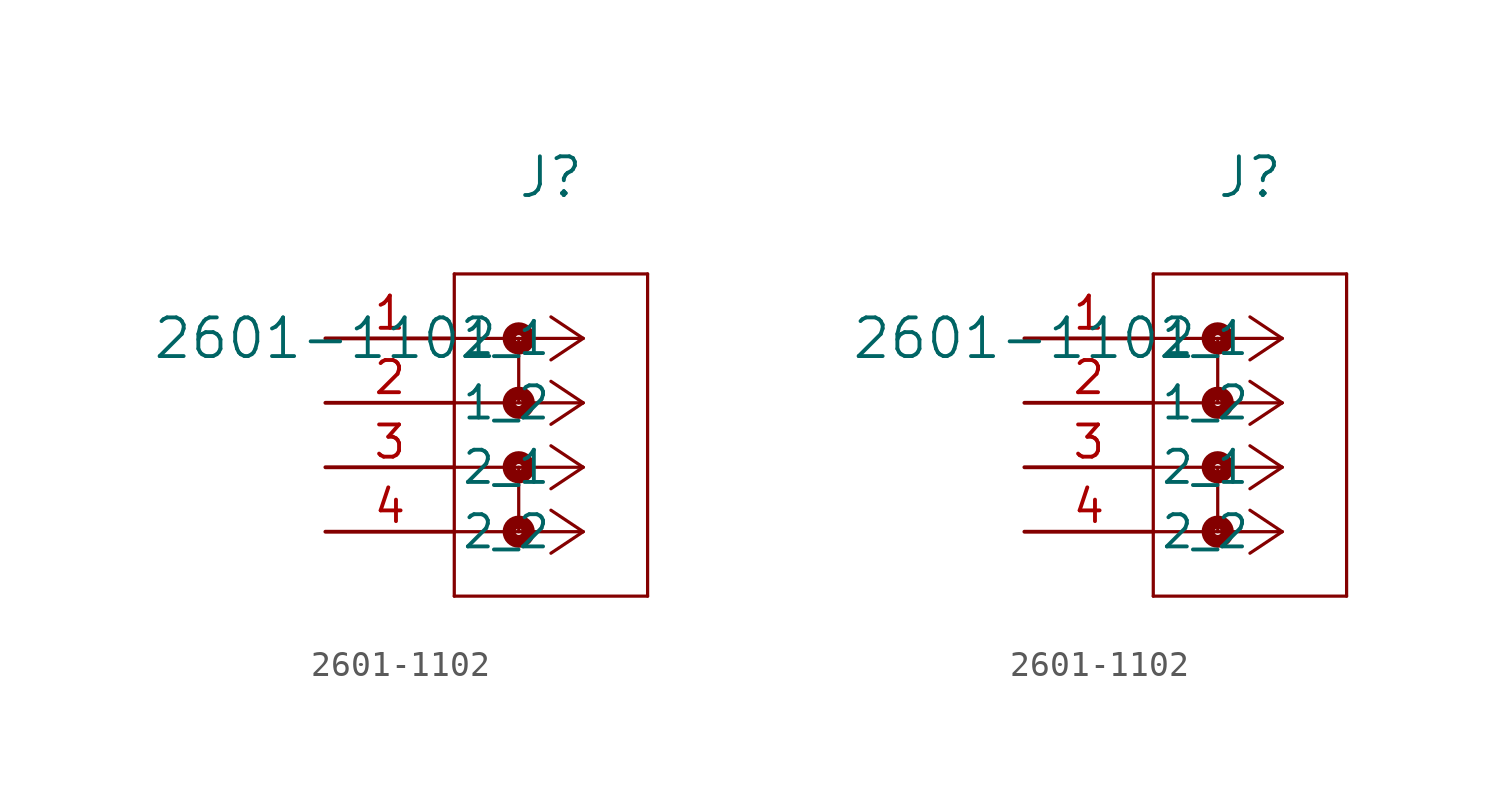
<source format=kicad_sym>
(kicad_symbol_lib
  (version 20231120)
  (generator "kicad_symbol_editor")
  (generator_version "8.0")
  (symbol "2601-1102"
    (pin_names
      (offset 0.254))
    (property "Reference" "J"
      (at 8.89 6.35 0)
      (effects (font (size 1.524 1.524))))
    (property "Value" "2601-1102"
      (at 0 0 0)
      (effects (font (size 1.524 1.524))))
    (property "ki_locked" ""
      (at 0 0 0)
      (effects (font (size 1.27 1.27))))
    (symbol "2601-1102_1_1"
      (polyline (pts (xy 5.08 -10.16) (xy 12.7 -10.16)) (stroke (width 0.127) (type default)) (fill (type none)))
      (polyline (pts (xy 5.08 2.54) (xy 5.08 -10.16)) (stroke (width 0.127) (type default)) (fill (type none)))
      (polyline (pts (xy 7.62 -5.08) (xy 7.62 -7.62)) (stroke (width 0.127) (type default)) (fill (type none)))
      (polyline (pts (xy 7.62 0) (xy 7.62 -2.54)) (stroke (width 0.127) (type default)) (fill (type none)))
      (polyline (pts (xy 10.16 -7.62) (xy 5.08 -7.62)) (stroke (width 0.127) (type default)) (fill (type none)))
      (polyline (pts (xy 10.16 -7.62) (xy 8.89 -8.467)) (stroke (width 0.127) (type default)) (fill (type none)))
      (polyline (pts (xy 10.16 -7.62) (xy 8.89 -6.773)) (stroke (width 0.127) (type default)) (fill (type none)))
      (polyline (pts (xy 10.16 -5.08) (xy 5.08 -5.08)) (stroke (width 0.127) (type default)) (fill (type none)))
      (polyline (pts (xy 10.16 -5.08) (xy 8.89 -5.927)) (stroke (width 0.127) (type default)) (fill (type none)))
      (polyline (pts (xy 10.16 -5.08) (xy 8.89 -4.233)) (stroke (width 0.127) (type default)) (fill (type none)))
      (polyline (pts (xy 10.16 -2.54) (xy 5.08 -2.54)) (stroke (width 0.127) (type default)) (fill (type none)))
      (polyline (pts (xy 10.16 -2.54) (xy 8.89 -3.387)) (stroke (width 0.127) (type default)) (fill (type none)))
      (polyline (pts (xy 10.16 -2.54) (xy 8.89 -1.693)) (stroke (width 0.127) (type default)) (fill (type none)))
      (polyline (pts (xy 10.16 0) (xy 5.08 0)) (stroke (width 0.127) (type default)) (fill (type none)))
      (polyline (pts (xy 10.16 0) (xy 8.89 -0.847)) (stroke (width 0.127) (type default)) (fill (type none)))
      (polyline (pts (xy 10.16 0) (xy 8.89 0.847)) (stroke (width 0.127) (type default)) (fill (type none)))
      (polyline (pts (xy 12.7 -10.16) (xy 12.7 2.54)) (stroke (width 0.127) (type default)) (fill (type none)))
      (polyline (pts (xy 12.7 2.54) (xy 5.08 2.54)) (stroke (width 0.127) (type default)) (fill (type none)))
      (circle (center 7.62 -7.62) (radius 0.127) (stroke (width 0.508) (type default)) (fill (type none)))
      (circle (center 7.62 -5.08) (radius 0.127) (stroke (width 0.508) (type default)) (fill (type none)))
      (circle (center 7.62 -2.54) (radius 0.127) (stroke (width 0.508) (type default)) (fill (type none)))
      (circle (center 7.62 0) (radius 0.127) (stroke (width 0.508) (type default)) (fill (type none)))
      (pin unspecified line (at 0 0 0) (length 5.08) (name "1_1" (effects (font (size 1.27 1.27)))) (number "1" (effects (font (size 1.27 1.27)))))
      (pin unspecified line (at 0 -2.54 0) (length 5.08) (name "1_2" (effects (font (size 1.27 1.27)))) (number "2" (effects (font (size 1.27 1.27)))))
      (pin unspecified line (at 0 -5.08 0) (length 5.08) (name "2_1" (effects (font (size 1.27 1.27)))) (number "3" (effects (font (size 1.27 1.27)))))
      (pin unspecified line (at 0 -7.62 0) (length 5.08) (name "2_2" (effects (font (size 1.27 1.27)))) (number "4" (effects (font (size 1.27 1.27))))))
    (symbol "2601-1102_1_2"
      (polyline (pts (xy 5.08 -10.16) (xy 12.7 -10.16)) (stroke (width 0.127) (type default)) (fill (type none)))
      (polyline (pts (xy 5.08 2.54) (xy 5.08 -10.16)) (stroke (width 0.127) (type default)) (fill (type none)))
      (polyline (pts (xy 7.62 -5.08) (xy 7.62 -7.62)) (stroke (width 0.127) (type default)) (fill (type none)))
      (polyline (pts (xy 7.62 0) (xy 7.62 -2.54)) (stroke (width 0.127) (type default)) (fill (type none)))
      (polyline (pts (xy 10.16 -7.62) (xy 5.08 -7.62)) (stroke (width 0.127) (type default)) (fill (type none)))
      (polyline (pts (xy 10.16 -7.62) (xy 8.89 -8.467)) (stroke (width 0.127) (type default)) (fill (type none)))
      (polyline (pts (xy 10.16 -7.62) (xy 8.89 -6.773)) (stroke (width 0.127) (type default)) (fill (type none)))
      (polyline (pts (xy 10.16 -5.08) (xy 5.08 -5.08)) (stroke (width 0.127) (type default)) (fill (type none)))
      (polyline (pts (xy 10.16 -5.08) (xy 8.89 -5.927)) (stroke (width 0.127) (type default)) (fill (type none)))
      (polyline (pts (xy 10.16 -5.08) (xy 8.89 -4.233)) (stroke (width 0.127) (type default)) (fill (type none)))
      (polyline (pts (xy 10.16 -2.54) (xy 5.08 -2.54)) (stroke (width 0.127) (type default)) (fill (type none)))
      (polyline (pts (xy 10.16 -2.54) (xy 8.89 -3.387)) (stroke (width 0.127) (type default)) (fill (type none)))
      (polyline (pts (xy 10.16 -2.54) (xy 8.89 -1.693)) (stroke (width 0.127) (type default)) (fill (type none)))
      (polyline (pts (xy 10.16 0) (xy 5.08 0)) (stroke (width 0.127) (type default)) (fill (type none)))
      (polyline (pts (xy 10.16 0) (xy 8.89 -0.847)) (stroke (width 0.127) (type default)) (fill (type none)))
      (polyline (pts (xy 10.16 0) (xy 8.89 0.847)) (stroke (width 0.127) (type default)) (fill (type none)))
      (polyline (pts (xy 12.7 -10.16) (xy 12.7 2.54)) (stroke (width 0.127) (type default)) (fill (type none)))
      (polyline (pts (xy 12.7 2.54) (xy 5.08 2.54)) (stroke (width 0.127) (type default)) (fill (type none)))
      (circle (center 7.62 -7.62) (radius 0.127) (stroke (width 0.508) (type default)) (fill (type none)))
      (circle (center 7.62 -5.08) (radius 0.127) (stroke (width 0.508) (type default)) (fill (type none)))
      (circle (center 7.62 -2.54) (radius 0.127) (stroke (width 0.508) (type default)) (fill (type none)))
      (circle (center 7.62 0) (radius 0.127) (stroke (width 0.508) (type default)) (fill (type none)))
      (pin unspecified line (at 0 0 0) (length 5.08) (name "1_1" (effects (font (size 1.27 1.27)))) (number "1" (effects (font (size 1.27 1.27)))))
      (pin unspecified line (at 0 -2.54 0) (length 5.08) (name "1_2" (effects (font (size 1.27 1.27)))) (number "2" (effects (font (size 1.27 1.27)))))
      (pin unspecified line (at 0 -5.08 0) (length 5.08) (name "2_1" (effects (font (size 1.27 1.27)))) (number "3" (effects (font (size 1.27 1.27)))))
      (pin unspecified line (at 0 -7.62 0) (length 5.08) (name "2_2" (effects (font (size 1.27 1.27)))) (number "4" (effects (font (size 1.27 1.27))))))))
</source>
